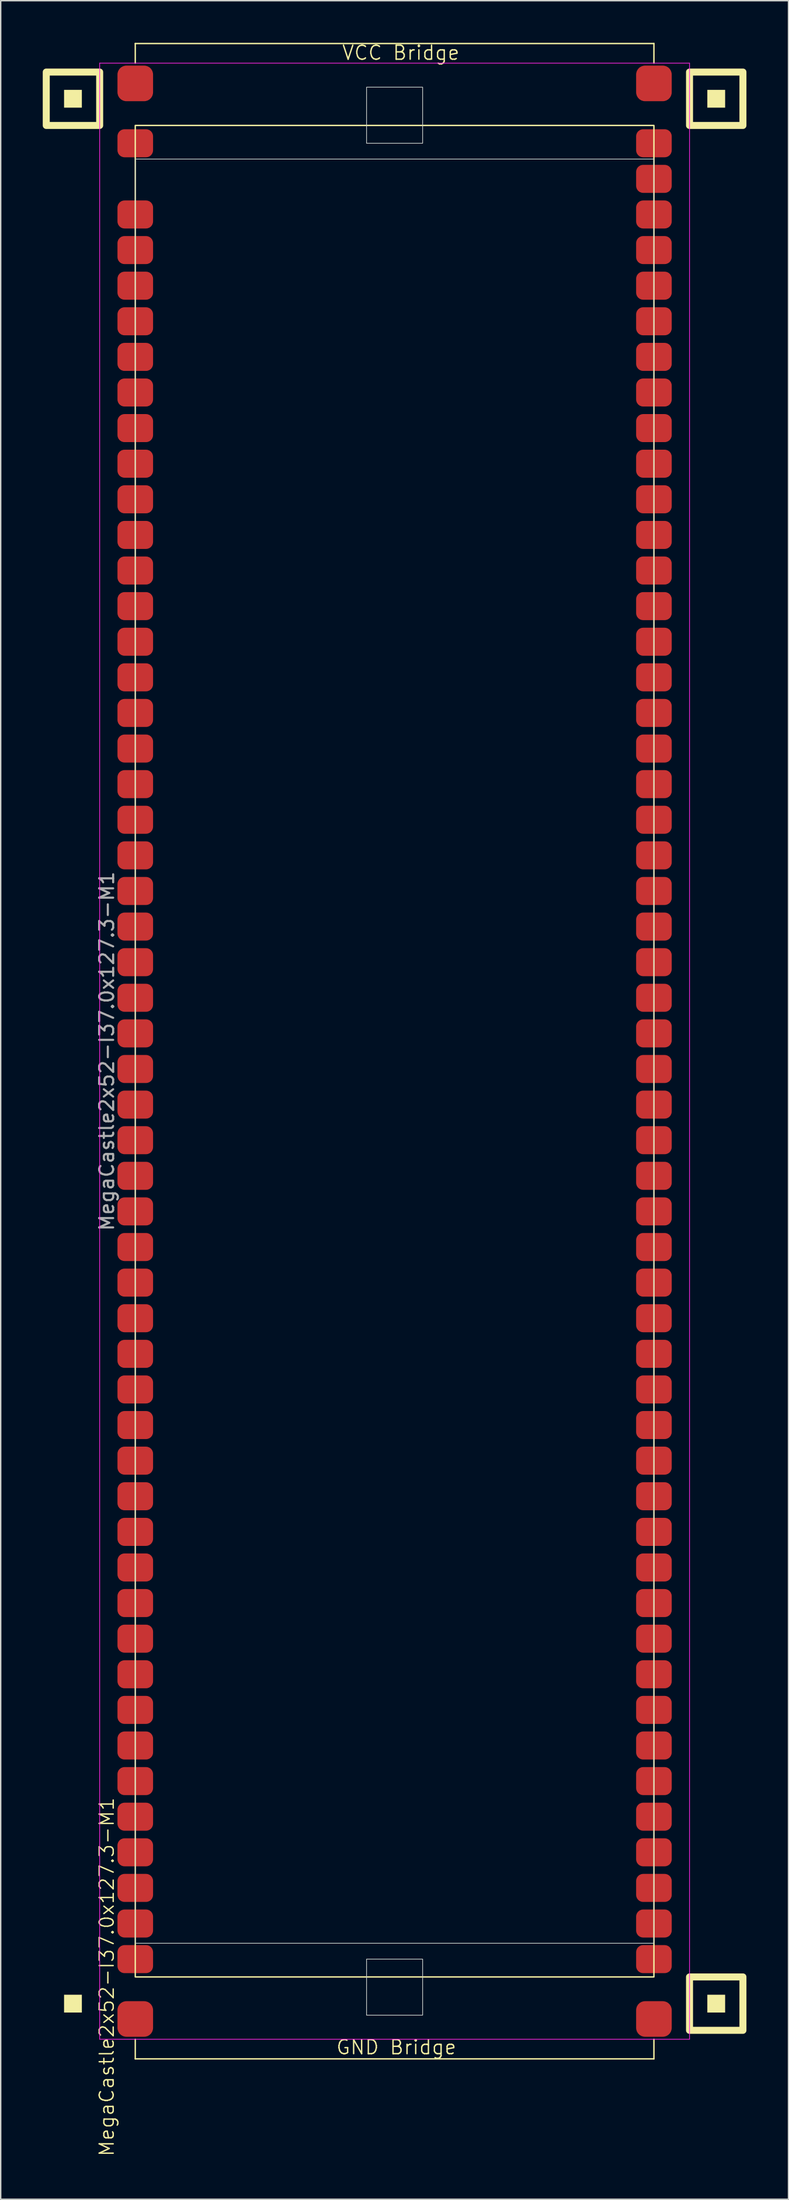
<source format=kicad_pcb>
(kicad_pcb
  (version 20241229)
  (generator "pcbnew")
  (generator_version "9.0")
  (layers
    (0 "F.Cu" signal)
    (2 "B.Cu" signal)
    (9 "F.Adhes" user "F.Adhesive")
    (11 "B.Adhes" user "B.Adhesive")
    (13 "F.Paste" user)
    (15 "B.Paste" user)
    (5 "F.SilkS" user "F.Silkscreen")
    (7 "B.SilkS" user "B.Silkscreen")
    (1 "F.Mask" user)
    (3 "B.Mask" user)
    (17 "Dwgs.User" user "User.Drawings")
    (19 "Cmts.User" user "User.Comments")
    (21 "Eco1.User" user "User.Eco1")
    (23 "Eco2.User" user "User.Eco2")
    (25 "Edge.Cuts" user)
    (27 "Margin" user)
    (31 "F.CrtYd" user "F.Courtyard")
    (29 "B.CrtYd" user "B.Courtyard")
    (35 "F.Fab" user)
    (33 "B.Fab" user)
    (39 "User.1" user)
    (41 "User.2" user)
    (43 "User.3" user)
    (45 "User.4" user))
  (footprint "MegaCastle2x52-I37.0x127.3-M1"
    (layer "F.Cu")
    (at 25.1 71.94)
    (property "Reference" "MegaCastle2x52-I37.0x127.3-M1" (at -20.532 66.04 90) (unlocked yes) (layer "F.SilkS") (effects (font (size 1 1) (thickness 0.1))))
    (attr smd)
    (fp_line (start -18.5 -71.885) (end 18.5 -71.885) (stroke (width 0.1) (type default)) (layer "F.SilkS"))
    (fp_line (start -18.5 -70.485) (end -18.5 -71.885) (stroke (width 0.1) (type default)) (layer "F.SilkS"))
    (fp_line (start -18.5 70.485) (end -18.5 71.885) (stroke (width 0.1) (type default)) (layer "F.SilkS"))
    (fp_line (start -18.5 71.885) (end 18.5 71.885) (stroke (width 0.1) (type default)) (layer "F.SilkS"))
    (fp_line (start 18.5 -70.485) (end 18.5 -71.885) (stroke (width 0.1) (type default)) (layer "F.SilkS"))
    (fp_line (start 18.5 70.485) (end 18.5 71.885) (stroke (width 0.1) (type default)) (layer "F.SilkS"))
    (fp_rect (start -22.31 -67.31) (end -23.58 -68.58) (stroke (width 0) (type solid)) (fill yes) (layer "F.SilkS"))
    (fp_rect (start -22.31 68.58) (end -23.58 67.31) (stroke (width 0) (type solid)) (fill yes) (layer "F.SilkS"))
    (fp_rect (start -21.04 -66.04) (end -24.85 -69.85) (stroke (width 0.5) (type default)) (fill no) (layer "F.SilkS"))
    (fp_rect (start -18.5 -66.04) (end 18.5 66.04) (stroke (width 0.1) (type default)) (fill no) (layer "F.SilkS"))
    (fp_rect (start 23.58 -67.31) (end 22.31 -68.58) (stroke (width 0) (type solid)) (fill yes) (layer "F.SilkS"))
    (fp_rect (start 23.58 68.58) (end 22.31 67.31) (stroke (width 0) (type solid)) (fill yes) (layer "F.SilkS"))
    (fp_rect (start 24.85 -66.04) (end 21.04 -69.85) (stroke (width 0.5) (type default)) (fill no) (layer "F.SilkS"))
    (fp_rect (start 24.85 69.85) (end 21.04 66.04) (stroke (width 0.5) (type default)) (fill no) (layer "F.SilkS"))
    (fp_rect (start -18.5 -63.64) (end 18.5 63.64) (stroke (width 0.05) (type default)) (fill no) (layer "Edge.Cuts"))
    (fp_rect (start -2 -64.77) (end 2 -68.77) (stroke (width 0.05) (type default)) (fill no) (layer "Edge.Cuts"))
    (fp_rect (start -2 64.77) (end 2 68.77) (stroke (width 0.05) (type default)) (fill no) (layer "Edge.Cuts"))
    (fp_line (start -21.04 -70.485) (end -21.04 70.485) (stroke (width 0.05) (type default)) (layer "F.CrtYd"))
    (fp_line (start -21.04 70.485) (end 21.04 70.485) (stroke (width 0.05) (type default)) (layer "F.CrtYd"))
    (fp_line (start 21.04 -70.485) (end -21.04 -70.485) (stroke (width 0.05) (type default)) (layer "F.CrtYd"))
    (fp_line (start 21.04 -70.485) (end 21.04 70.485) (stroke (width 0.05) (type default)) (layer "F.CrtYd"))
    (fp_text user "VCC Bridge" (at -3.81 -70.64 0) (unlocked yes) (layer "F.SilkS") (effects (font (size 1 1) (thickness 0.1)) (justify left bottom)))
    (fp_text user "GND Bridge" (at -4.226 71.64 0) (unlocked yes) (layer "F.SilkS") (effects (font (size 1 1) (thickness 0.1)) (justify left bottom)))
    (fp_text user "${REFERENCE}" (at -20.532 0 90) (unlocked yes) (layer "F.Fab") (effects (font (size 1 1) (thickness 0.15))))
    (pad "1" smd roundrect (at -18.5 -64.77) (size 2.54 2) (layers "F.Cu" "F.Mask" "F.Paste") (roundrect_rratio 0.25))
    (pad "3" smd roundrect (at -18.5 -59.69) (size 2.54 2) (layers "F.Cu" "F.Mask" "F.Paste") (roundrect_rratio 0.25))
    (pad "4" smd roundrect (at -18.5 -57.15) (size 2.54 2) (layers "F.Cu" "F.Mask" "F.Paste") (roundrect_rratio 0.25))
    (pad "5" smd roundrect (at -18.5 -54.61) (size 2.54 2) (layers "F.Cu" "F.Mask" "F.Paste") (roundrect_rratio 0.25))
    (pad "6" smd roundrect (at -18.5 -52.07) (size 2.54 2) (layers "F.Cu" "F.Mask" "F.Paste") (roundrect_rratio 0.25))
    (pad "7" smd roundrect (at -18.5 -49.53) (size 2.54 2) (layers "F.Cu" "F.Mask" "F.Paste") (roundrect_rratio 0.25))
    (pad "8" smd roundrect (at -18.5 -46.99) (size 2.54 2) (layers "F.Cu" "F.Mask" "F.Paste") (roundrect_rratio 0.25))
    (pad "9" smd roundrect (at -18.5 -44.45) (size 2.54 2) (layers "F.Cu" "F.Mask" "F.Paste") (roundrect_rratio 0.25))
    (pad "10" smd roundrect (at -18.5 -41.91) (size 2.54 2) (layers "F.Cu" "F.Mask" "F.Paste") (roundrect_rratio 0.25))
    (pad "11" smd roundrect (at -18.5 -39.37) (size 2.54 2) (layers "F.Cu" "F.Mask" "F.Paste") (roundrect_rratio 0.25))
    (pad "12" smd roundrect (at -18.5 -36.83) (size 2.54 2) (layers "F.Cu" "F.Mask" "F.Paste") (roundrect_rratio 0.25))
    (pad "13" smd roundrect (at -18.5 -34.29) (size 2.54 2) (layers "F.Cu" "F.Mask" "F.Paste") (roundrect_rratio 0.25))
    (pad "14" smd roundrect (at -18.5 -31.75) (size 2.54 2) (layers "F.Cu" "F.Mask" "F.Paste") (roundrect_rratio 0.25))
    (pad "15" smd roundrect (at -18.5 -29.21) (size 2.54 2) (layers "F.Cu" "F.Mask" "F.Paste") (roundrect_rratio 0.25))
    (pad "16" smd roundrect (at -18.5 -26.67) (size 2.54 2) (layers "F.Cu" "F.Mask" "F.Paste") (roundrect_rratio 0.25))
    (pad "17" smd roundrect (at -18.5 -24.13) (size 2.54 2) (layers "F.Cu" "F.Mask" "F.Paste") (roundrect_rratio 0.25))
    (pad "18" smd roundrect (at -18.5 -21.59) (size 2.54 2) (layers "F.Cu" "F.Mask" "F.Paste") (roundrect_rratio 0.25))
    (pad "19" smd roundrect (at -18.5 -19.05) (size 2.54 2) (layers "F.Cu" "F.Mask" "F.Paste") (roundrect_rratio 0.25))
    (pad "20" smd roundrect (at -18.5 -16.51) (size 2.54 2) (layers "F.Cu" "F.Mask" "F.Paste") (roundrect_rratio 0.25))
    (pad "21" smd roundrect (at -18.5 -13.97) (size 2.54 2) (layers "F.Cu" "F.Mask" "F.Paste") (roundrect_rratio 0.25))
    (pad "22" smd roundrect (at -18.5 -11.43) (size 2.54 2) (layers "F.Cu" "F.Mask" "F.Paste") (roundrect_rratio 0.25))
    (pad "23" smd roundrect (at -18.5 -8.89) (size 2.54 2) (layers "F.Cu" "F.Mask" "F.Paste") (roundrect_rratio 0.25))
    (pad "24" smd roundrect (at -18.5 -6.35) (size 2.54 2) (layers "F.Cu" "F.Mask" "F.Paste") (roundrect_rratio 0.25))
    (pad "25" smd roundrect (at -18.5 -3.81) (size 2.54 2) (layers "F.Cu" "F.Mask" "F.Paste") (roundrect_rratio 0.25))
    (pad "26" smd roundrect (at -18.5 -1.27) (size 2.54 2) (layers "F.Cu" "F.Mask" "F.Paste") (roundrect_rratio 0.25))
    (pad "27" smd roundrect (at -18.5 1.27) (size 2.54 2) (layers "F.Cu" "F.Mask" "F.Paste") (roundrect_rratio 0.25))
    (pad "28" smd roundrect (at -18.5 3.81) (size 2.54 2) (layers "F.Cu" "F.Mask" "F.Paste") (roundrect_rratio 0.25))
    (pad "29" smd roundrect (at -18.5 6.35) (size 2.54 2) (layers "F.Cu" "F.Mask" "F.Paste") (roundrect_rratio 0.25))
    (pad "30" smd roundrect (at -18.5 8.89) (size 2.54 2) (layers "F.Cu" "F.Mask" "F.Paste") (roundrect_rratio 0.25))
    (pad "31" smd roundrect (at -18.5 11.43) (size 2.54 2) (layers "F.Cu" "F.Mask" "F.Paste") (roundrect_rratio 0.25))
    (pad "32" smd roundrect (at -18.5 13.97) (size 2.54 2) (layers "F.Cu" "F.Mask" "F.Paste") (roundrect_rratio 0.25))
    (pad "33" smd roundrect (at -18.5 16.51) (size 2.54 2) (layers "F.Cu" "F.Mask" "F.Paste") (roundrect_rratio 0.25))
    (pad "34" smd roundrect (at -18.5 19.05) (size 2.54 2) (layers "F.Cu" "F.Mask" "F.Paste") (roundrect_rratio 0.25))
    (pad "35" smd roundrect (at -18.5 21.59) (size 2.54 2) (layers "F.Cu" "F.Mask" "F.Paste") (roundrect_rratio 0.25))
    (pad "36" smd roundrect (at -18.5 24.13) (size 2.54 2) (layers "F.Cu" "F.Mask" "F.Paste") (roundrect_rratio 0.25))
    (pad "37" smd roundrect (at -18.5 26.67) (size 2.54 2) (layers "F.Cu" "F.Mask" "F.Paste") (roundrect_rratio 0.25))
    (pad "38" smd roundrect (at -18.5 29.21) (size 2.54 2) (layers "F.Cu" "F.Mask" "F.Paste") (roundrect_rratio 0.25))
    (pad "39" smd roundrect (at -18.5 31.75) (size 2.54 2) (layers "F.Cu" "F.Mask" "F.Paste") (roundrect_rratio 0.25))
    (pad "40" smd roundrect (at -18.5 34.29) (size 2.54 2) (layers "F.Cu" "F.Mask" "F.Paste") (roundrect_rratio 0.25))
    (pad "41" smd roundrect (at -18.5 36.83) (size 2.54 2) (layers "F.Cu" "F.Mask" "F.Paste") (roundrect_rratio 0.25))
    (pad "42" smd roundrect (at -18.5 39.37) (size 2.54 2) (layers "F.Cu" "F.Mask" "F.Paste") (roundrect_rratio 0.25))
    (pad "43" smd roundrect (at -18.5 41.91) (size 2.54 2) (layers "F.Cu" "F.Mask" "F.Paste") (roundrect_rratio 0.25))
    (pad "44" smd roundrect (at -18.5 44.45) (size 2.54 2) (layers "F.Cu" "F.Mask" "F.Paste") (roundrect_rratio 0.25))
    (pad "45" smd roundrect (at -18.5 46.99) (size 2.54 2) (layers "F.Cu" "F.Mask" "F.Paste") (roundrect_rratio 0.25))
    (pad "46" smd roundrect (at -18.5 49.53) (size 2.54 2) (layers "F.Cu" "F.Mask" "F.Paste") (roundrect_rratio 0.25))
    (pad "47" smd roundrect (at -18.5 52.07) (size 2.54 2) (layers "F.Cu" "F.Mask" "F.Paste") (roundrect_rratio 0.25))
    (pad "48" smd roundrect (at -18.5 54.61) (size 2.54 2) (layers "F.Cu" "F.Mask" "F.Paste") (roundrect_rratio 0.25))
    (pad "49" smd roundrect (at -18.5 57.15) (size 2.54 2) (layers "F.Cu" "F.Mask" "F.Paste") (roundrect_rratio 0.25))
    (pad "50" smd roundrect (at -18.5 59.69) (size 2.54 2) (layers "F.Cu" "F.Mask" "F.Paste") (roundrect_rratio 0.25))
    (pad "51" smd roundrect (at -18.5 62.23) (size 2.54 2) (layers "F.Cu" "F.Mask" "F.Paste") (roundrect_rratio 0.25))
    (pad "52" smd roundrect (at -18.5 64.77) (size 2.54 2) (layers "F.Cu" "F.Mask" "F.Paste") (roundrect_rratio 0.25))
    (pad "53" smd roundrect (at 18.5 -64.77) (size 2.54 2) (layers "F.Cu" "F.Mask" "F.Paste") (roundrect_rratio 0.25))
    (pad "54" smd roundrect (at 18.5 -62.23) (size 2.54 2) (layers "F.Cu" "F.Mask" "F.Paste") (roundrect_rratio 0.25))
    (pad "55" smd roundrect (at 18.5 -59.69) (size 2.54 2) (layers "F.Cu" "F.Mask" "F.Paste") (roundrect_rratio 0.25))
    (pad "56" smd roundrect (at 18.5 -57.15) (size 2.54 2) (layers "F.Cu" "F.Mask" "F.Paste") (roundrect_rratio 0.25))
    (pad "57" smd roundrect (at 18.5 -54.61) (size 2.54 2) (layers "F.Cu" "F.Mask" "F.Paste") (roundrect_rratio 0.25))
    (pad "58" smd roundrect (at 18.5 -52.07) (size 2.54 2) (layers "F.Cu" "F.Mask" "F.Paste") (roundrect_rratio 0.25))
    (pad "59" smd roundrect (at 18.5 -49.53) (size 2.54 2) (layers "F.Cu" "F.Mask" "F.Paste") (roundrect_rratio 0.25))
    (pad "60" smd roundrect (at 18.5 -46.99) (size 2.54 2) (layers "F.Cu" "F.Mask" "F.Paste") (roundrect_rratio 0.25))
    (pad "61" smd roundrect (at 18.5 -44.45) (size 2.54 2) (layers "F.Cu" "F.Mask" "F.Paste") (roundrect_rratio 0.25))
    (pad "62" smd roundrect (at 18.5 -41.91) (size 2.54 2) (layers "F.Cu" "F.Mask" "F.Paste") (roundrect_rratio 0.25))
    (pad "63" smd roundrect (at 18.5 -39.37) (size 2.54 2) (layers "F.Cu" "F.Mask" "F.Paste") (roundrect_rratio 0.25))
    (pad "64" smd roundrect (at 18.5 -36.83) (size 2.54 2) (layers "F.Cu" "F.Mask" "F.Paste") (roundrect_rratio 0.25))
    (pad "65" smd roundrect (at 18.5 -34.29) (size 2.54 2) (layers "F.Cu" "F.Mask" "F.Paste") (roundrect_rratio 0.25))
    (pad "66" smd roundrect (at 18.5 -31.75) (size 2.54 2) (layers "F.Cu" "F.Mask" "F.Paste") (roundrect_rratio 0.25))
    (pad "67" smd roundrect (at 18.5 -29.21) (size 2.54 2) (layers "F.Cu" "F.Mask" "F.Paste") (roundrect_rratio 0.25))
    (pad "68" smd roundrect (at 18.5 -26.67) (size 2.54 2) (layers "F.Cu" "F.Mask" "F.Paste") (roundrect_rratio 0.25))
    (pad "69" smd roundrect (at 18.5 -24.13) (size 2.54 2) (layers "F.Cu" "F.Mask" "F.Paste") (roundrect_rratio 0.25))
    (pad "70" smd roundrect (at 18.5 -21.59) (size 2.54 2) (layers "F.Cu" "F.Mask" "F.Paste") (roundrect_rratio 0.25))
    (pad "71" smd roundrect (at 18.5 -19.05) (size 2.54 2) (layers "F.Cu" "F.Mask" "F.Paste") (roundrect_rratio 0.25))
    (pad "72" smd roundrect (at 18.5 -16.51) (size 2.54 2) (layers "F.Cu" "F.Mask" "F.Paste") (roundrect_rratio 0.25))
    (pad "73" smd roundrect (at 18.5 -13.97) (size 2.54 2) (layers "F.Cu" "F.Mask" "F.Paste") (roundrect_rratio 0.25))
    (pad "74" smd roundrect (at 18.5 -11.43) (size 2.54 2) (layers "F.Cu" "F.Mask" "F.Paste") (roundrect_rratio 0.25))
    (pad "75" smd roundrect (at 18.5 -8.89) (size 2.54 2) (layers "F.Cu" "F.Mask" "F.Paste") (roundrect_rratio 0.25))
    (pad "76" smd roundrect (at 18.5 -6.35) (size 2.54 2) (layers "F.Cu" "F.Mask" "F.Paste") (roundrect_rratio 0.25))
    (pad "77" smd roundrect (at 18.5 -3.81) (size 2.54 2) (layers "F.Cu" "F.Mask" "F.Paste") (roundrect_rratio 0.25))
    (pad "78" smd roundrect (at 18.5 -1.27) (size 2.54 2) (layers "F.Cu" "F.Mask" "F.Paste") (roundrect_rratio 0.25))
    (pad "79" smd roundrect (at 18.5 1.27) (size 2.54 2) (layers "F.Cu" "F.Mask" "F.Paste") (roundrect_rratio 0.25))
    (pad "80" smd roundrect (at 18.5 3.81) (size 2.54 2) (layers "F.Cu" "F.Mask" "F.Paste") (roundrect_rratio 0.25))
    (pad "81" smd roundrect (at 18.5 6.35) (size 2.54 2) (layers "F.Cu" "F.Mask" "F.Paste") (roundrect_rratio 0.25))
    (pad "82" smd roundrect (at 18.5 8.89) (size 2.54 2) (layers "F.Cu" "F.Mask" "F.Paste") (roundrect_rratio 0.25))
    (pad "83" smd roundrect (at 18.5 11.43) (size 2.54 2) (layers "F.Cu" "F.Mask" "F.Paste") (roundrect_rratio 0.25))
    (pad "84" smd roundrect (at 18.5 13.97) (size 2.54 2) (layers "F.Cu" "F.Mask" "F.Paste") (roundrect_rratio 0.25))
    (pad "85" smd roundrect (at 18.5 16.51) (size 2.54 2) (layers "F.Cu" "F.Mask" "F.Paste") (roundrect_rratio 0.25))
    (pad "86" smd roundrect (at 18.5 19.05) (size 2.54 2) (layers "F.Cu" "F.Mask" "F.Paste") (roundrect_rratio 0.25))
    (pad "87" smd roundrect (at 18.5 21.59) (size 2.54 2) (layers "F.Cu" "F.Mask" "F.Paste") (roundrect_rratio 0.25))
    (pad "88" smd roundrect (at 18.5 24.13) (size 2.54 2) (layers "F.Cu" "F.Mask" "F.Paste") (roundrect_rratio 0.25))
    (pad "89" smd roundrect (at 18.5 26.67) (size 2.54 2) (layers "F.Cu" "F.Mask" "F.Paste") (roundrect_rratio 0.25))
    (pad "90" smd roundrect (at 18.5 29.21) (size 2.54 2) (layers "F.Cu" "F.Mask" "F.Paste") (roundrect_rratio 0.25))
    (pad "91" smd roundrect (at 18.5 31.75) (size 2.54 2) (layers "F.Cu" "F.Mask" "F.Paste") (roundrect_rratio 0.25))
    (pad "92" smd roundrect (at 18.5 34.29) (size 2.54 2) (layers "F.Cu" "F.Mask" "F.Paste") (roundrect_rratio 0.25))
    (pad "93" smd roundrect (at 18.5 36.83) (size 2.54 2) (layers "F.Cu" "F.Mask" "F.Paste") (roundrect_rratio 0.25))
    (pad "94" smd roundrect (at 18.5 39.37) (size 2.54 2) (layers "F.Cu" "F.Mask" "F.Paste") (roundrect_rratio 0.25))
    (pad "95" smd roundrect (at 18.5 41.91) (size 2.54 2) (layers "F.Cu" "F.Mask" "F.Paste") (roundrect_rratio 0.25))
    (pad "96" smd roundrect (at 18.5 44.45) (size 2.54 2) (layers "F.Cu" "F.Mask" "F.Paste") (roundrect_rratio 0.25))
    (pad "97" smd roundrect (at 18.5 46.99) (size 2.54 2) (layers "F.Cu" "F.Mask" "F.Paste") (roundrect_rratio 0.25))
    (pad "98" smd roundrect (at 18.5 49.53) (size 2.54 2) (layers "F.Cu" "F.Mask" "F.Paste") (roundrect_rratio 0.25))
    (pad "99" smd roundrect (at 18.5 52.07) (size 2.54 2) (layers "F.Cu" "F.Mask" "F.Paste") (roundrect_rratio 0.25))
    (pad "100" smd roundrect (at 18.5 54.61) (size 2.54 2) (layers "F.Cu" "F.Mask" "F.Paste") (roundrect_rratio 0.25))
    (pad "101" smd roundrect (at 18.5 57.15) (size 2.54 2) (layers "F.Cu" "F.Mask" "F.Paste") (roundrect_rratio 0.25))
    (pad "102" smd roundrect (at 18.5 59.69) (size 2.54 2) (layers "F.Cu" "F.Mask" "F.Paste") (roundrect_rratio 0.25))
    (pad "103" smd roundrect (at 18.5 62.23) (size 2.54 2) (layers "F.Cu" "F.Mask" "F.Paste") (roundrect_rratio 0.25))
    (pad "104" smd roundrect (at 18.5 64.77) (size 2.54 2) (layers "F.Cu" "F.Mask" "F.Paste") (roundrect_rratio 0.25))
    (pad "A1" smd roundrect (at -18.5 -69.04) (size 2.54 2.54) (layers "F.Cu" "F.Mask" "F.Paste") (roundrect_rratio 0.25))
    (pad "A2" smd roundrect (at 18.5 -69.04) (size 2.54 2.54) (layers "F.Cu" "F.Mask" "F.Paste") (roundrect_rratio 0.25))
    (pad "B1" smd roundrect (at -18.5 69.04) (size 2.54 2.54) (layers "F.Cu" "F.Mask" "F.Paste") (roundrect_rratio 0.25))
    (pad "B2" smd roundrect (at 18.5 69.04) (size 2.54 2.54) (layers "F.Cu" "F.Mask" "F.Paste") (roundrect_rratio 0.25)))
  (gr_rect
    (start -3 -3)
    (end 53.2 153.84)
    (stroke (width 0.1) (type default))
    (fill no)
    (layer "Edge.Cuts")))
</source>
